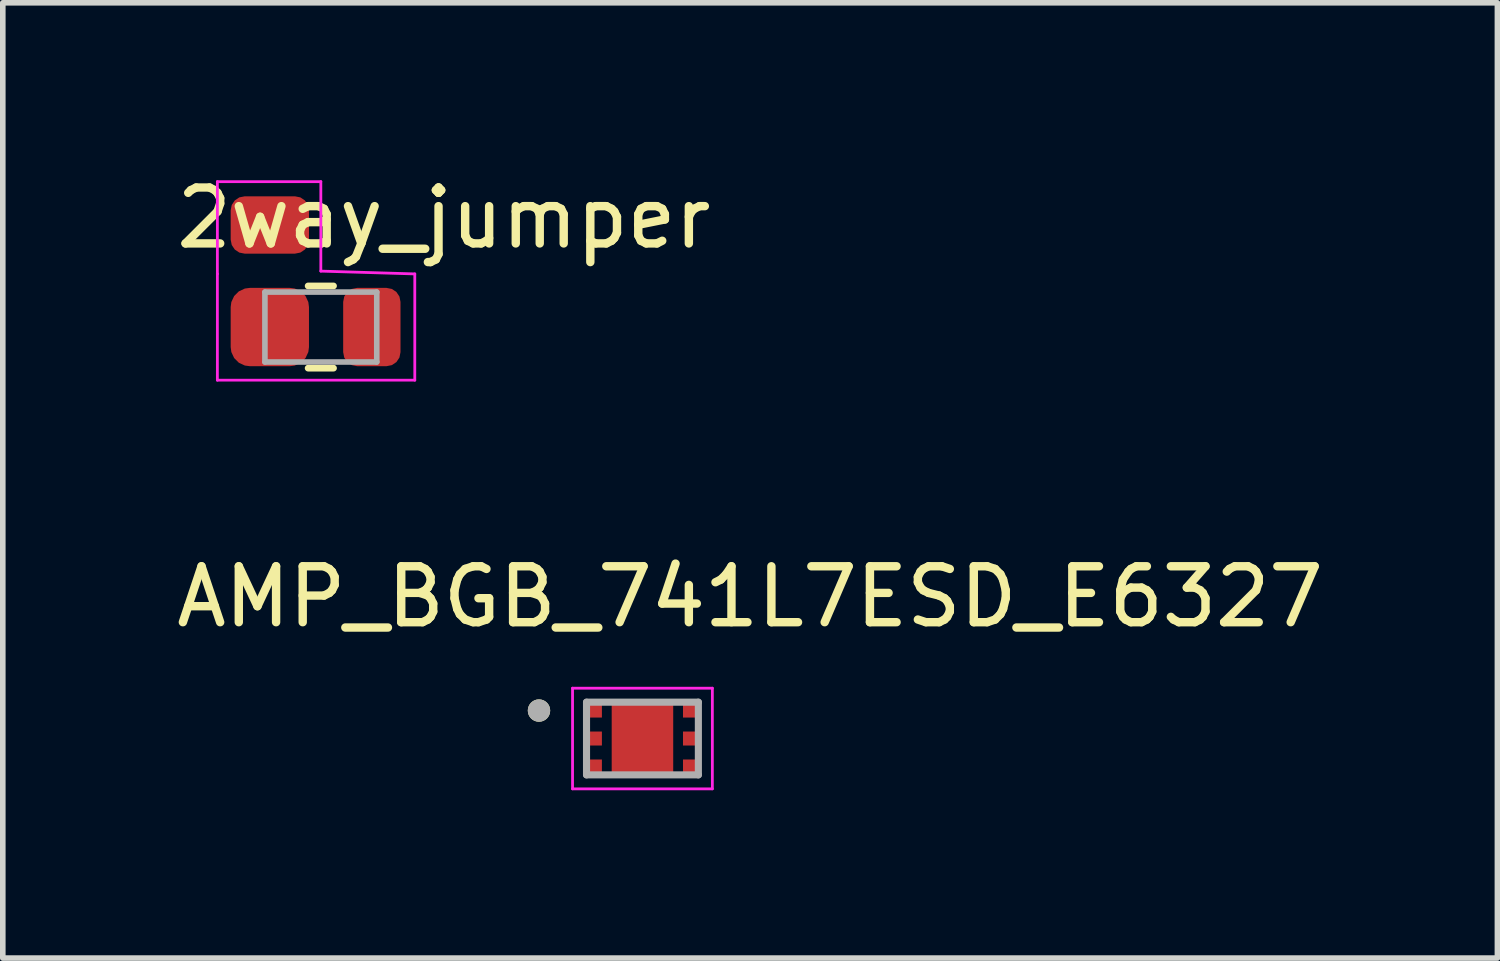
<source format=kicad_pcb>
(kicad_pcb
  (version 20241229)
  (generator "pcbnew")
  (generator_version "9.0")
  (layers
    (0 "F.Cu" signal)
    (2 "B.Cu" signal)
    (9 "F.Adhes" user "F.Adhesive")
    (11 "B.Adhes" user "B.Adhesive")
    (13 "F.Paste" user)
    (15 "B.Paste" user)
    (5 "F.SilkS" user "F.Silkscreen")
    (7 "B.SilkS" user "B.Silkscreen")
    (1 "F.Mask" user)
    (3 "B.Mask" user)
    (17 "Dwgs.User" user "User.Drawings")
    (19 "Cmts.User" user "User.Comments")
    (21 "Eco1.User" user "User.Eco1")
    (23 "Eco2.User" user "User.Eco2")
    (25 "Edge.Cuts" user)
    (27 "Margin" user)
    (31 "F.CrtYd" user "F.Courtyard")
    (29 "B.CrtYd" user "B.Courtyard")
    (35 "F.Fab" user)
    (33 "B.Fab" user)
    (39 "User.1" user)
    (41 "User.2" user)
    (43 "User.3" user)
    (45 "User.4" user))
  (footprint "2way_jumper"
    (layer "F.Cu")
    (at 2.687 2.798)
    (property "Reference" "2way_jumper" (at 2.2 -1.95 0) (layer "F.SilkS") (effects (font (size 1 1) (thickness 0.15))))
    (attr smd)
    (fp_line (start -0.227 -0.735) (end 0.227 -0.735) (stroke (width 0.12) (type solid)) (layer "F.SilkS"))
    (fp_line (start -0.227 0.735) (end 0.227 0.735) (stroke (width 0.12) (type solid)) (layer "F.SilkS"))
    (fp_line (start -1.85 -2.6) (end 0 -2.6) (stroke (width 0.05) (type default)) (layer "F.CrtYd"))
    (fp_line (start -1.85 -0.95) (end -1.85 -2.6) (stroke (width 0.05) (type default)) (layer "F.CrtYd"))
    (fp_line (start -1.85 0.95) (end -1.85 -0.95) (stroke (width 0.05) (type solid)) (layer "F.CrtYd"))
    (fp_line (start 0 -1) (end 0 -2.6) (stroke (width 0.05) (type default)) (layer "F.CrtYd"))
    (fp_line (start 1.68 -0.95) (end 0 -1) (stroke (width 0.05) (type default)) (layer "F.CrtYd"))
    (fp_line (start 1.68 -0.95) (end 1.68 0.95) (stroke (width 0.05) (type solid)) (layer "F.CrtYd"))
    (fp_line (start 1.68 0.95) (end -1.85 0.95) (stroke (width 0.05) (type solid)) (layer "F.CrtYd"))
    (fp_line (start -1 -0.625) (end 1 -0.625) (stroke (width 0.1) (type solid)) (layer "F.Fab"))
    (fp_line (start -1 0.625) (end -1 -0.625) (stroke (width 0.1) (type solid)) (layer "F.Fab"))
    (fp_line (start 1 -0.625) (end 1 0.625) (stroke (width 0.1) (type solid)) (layer "F.Fab"))
    (fp_line (start 1 0.625) (end -1 0.625) (stroke (width 0.1) (type solid)) (layer "F.Fab"))
    (pad "1" smd roundrect (at -0.912 0) (size 1.4 1.4) (layers "F.Cu" "F.Mask" "F.Paste") (roundrect_rratio 0.244))
    (pad "2" smd roundrect (at 0.912 0) (size 1.025 1.4) (layers "F.Cu" "F.Mask" "F.Paste") (roundrect_rratio 0.244))
    (pad "3" smd roundrect (at -0.912 -1.825 90) (size 1.025 1.4) (layers "F.Cu" "F.Mask" "F.Paste") (roundrect_rratio 0.244)))
  (footprint "AMP_BGB_741L7ESD_E6327"
    (layer "F.Cu")
    (at 8.438 10.156)
    (property "Reference" "AMP_BGB_741L7ESD_E6327" (at 1.925 -2.535 0) (layer "F.SilkS") (effects (font (size 1 1) (thickness 0.15))))
    (attr smd)
    (fp_poly (pts (xy -1 -0.65) (xy 1 -0.65) (xy 1 0.65) (xy -1 0.65)) (stroke (width 0.01) (type solid)) (fill yes) (layer "F.Mask"))
    (fp_circle (center -1.85 -0.5) (end -1.75 -0.5) (stroke (width 0.2) (type solid)) (fill no) (layer "F.SilkS"))
    (fp_circle (center -0.85 -0.5) (end -0.787 -0.5) (stroke (width 0.125) (type solid)) (fill no) (layer "F.Paste"))
    (fp_circle (center -0.85 0) (end -0.787 0) (stroke (width 0.125) (type solid)) (fill no) (layer "F.Paste"))
    (fp_circle (center -0.85 0.5) (end -0.787 0.5) (stroke (width 0.125) (type solid)) (fill no) (layer "F.Paste"))
    (fp_circle (center -0.425 -0.475) (end -0.362 -0.475) (stroke (width 0.125) (type solid)) (fill no) (layer "F.Paste"))
    (fp_circle (center -0.425 0.475) (end -0.362 0.475) (stroke (width 0.125) (type solid)) (fill no) (layer "F.Paste"))
    (fp_circle (center 0.425 -0.475) (end 0.487 -0.475) (stroke (width 0.125) (type solid)) (fill no) (layer "F.Paste"))
    (fp_circle (center 0.425 0.475) (end 0.487 0.475) (stroke (width 0.125) (type solid)) (fill no) (layer "F.Paste"))
    (fp_circle (center 0.85 -0.5) (end 0.912 -0.5) (stroke (width 0.125) (type solid)) (fill no) (layer "F.Paste"))
    (fp_circle (center 0.85 0) (end 0.912 0) (stroke (width 0.125) (type solid)) (fill no) (layer "F.Paste"))
    (fp_circle (center 0.85 0.5) (end 0.912 0.5) (stroke (width 0.125) (type solid)) (fill no) (layer "F.Paste"))
    (fp_poly (pts (xy -0.3 -0.125) (xy -0.3 0.125) (xy -0.3 0.132) (xy -0.301 0.138) (xy -0.302 0.145) (xy -0.303 0.151) (xy -0.304 0.157) (xy -0.306 0.164) (xy -0.308 0.17) (xy -0.311 0.176) (xy -0.314 0.182) (xy -0.317 0.188) (xy -0.32 0.193) (xy -0.324 0.198) (xy -0.328 0.204) (xy -0.332 0.209) (xy -0.337 0.213) (xy -0.341 0.218) (xy -0.346 0.222) (xy -0.352 0.226) (xy -0.357 0.23) (xy -0.362 0.233) (xy -0.368 0.236) (xy -0.374 0.239) (xy -0.38 0.242) (xy -0.386 0.244) (xy -0.393 0.246) (xy -0.399 0.247) (xy -0.405 0.248) (xy -0.412 0.249) (xy -0.418 0.25) (xy -0.425 0.25) (xy -0.432 0.25) (xy -0.438 0.249) (xy -0.445 0.248) (xy -0.451 0.247) (xy -0.457 0.246) (xy -0.464 0.244) (xy -0.47 0.242) (xy -0.476 0.239) (xy -0.482 0.236) (xy -0.488 0.233) (xy -0.493 0.23) (xy -0.498 0.226) (xy -0.504 0.222) (xy -0.509 0.218) (xy -0.513 0.213) (xy -0.518 0.209) (xy -0.522 0.204) (xy -0.526 0.198) (xy -0.53 0.193) (xy -0.533 0.187) (xy -0.536 0.182) (xy -0.539 0.176) (xy -0.542 0.17) (xy -0.544 0.164) (xy -0.546 0.157) (xy -0.547 0.151) (xy -0.548 0.145) (xy -0.549 0.138) (xy -0.55 0.132) (xy -0.55 0.125) (xy -0.55 -0.125) (xy -0.55 -0.132) (xy -0.549 -0.138) (xy -0.548 -0.145) (xy -0.547 -0.151) (xy -0.546 -0.157) (xy -0.544 -0.164) (xy -0.542 -0.17) (xy -0.539 -0.176) (xy -0.536 -0.182) (xy -0.533 -0.187) (xy -0.53 -0.193) (xy -0.526 -0.198) (xy -0.522 -0.204) (xy -0.518 -0.209) (xy -0.513 -0.213) (xy -0.509 -0.218) (xy -0.504 -0.222) (xy -0.498 -0.226) (xy -0.493 -0.23) (xy -0.488 -0.233) (xy -0.482 -0.236) (xy -0.476 -0.239) (xy -0.47 -0.242) (xy -0.464 -0.244) (xy -0.457 -0.246) (xy -0.451 -0.247) (xy -0.445 -0.248) (xy -0.438 -0.249) (xy -0.432 -0.25) (xy -0.425 -0.25) (xy -0.418 -0.25) (xy -0.412 -0.249) (xy -0.405 -0.248) (xy -0.399 -0.247) (xy -0.393 -0.246) (xy -0.386 -0.244) (xy -0.38 -0.242) (xy -0.374 -0.239) (xy -0.368 -0.236) (xy -0.362 -0.233) (xy -0.357 -0.23) (xy -0.352 -0.226) (xy -0.346 -0.222) (xy -0.341 -0.218) (xy -0.337 -0.213) (xy -0.332 -0.209) (xy -0.328 -0.204) (xy -0.324 -0.198) (xy -0.32 -0.193) (xy -0.317 -0.188) (xy -0.314 -0.182) (xy -0.311 -0.176) (xy -0.308 -0.17) (xy -0.306 -0.164) (xy -0.304 -0.157) (xy -0.303 -0.151) (xy -0.302 -0.145) (xy -0.301 -0.138) (xy -0.3 -0.132) (xy -0.3 -0.125)) (stroke (width 0.01) (type solid)) (fill yes) (layer "F.Paste"))
    (fp_poly (pts (xy -0.2 -0.475) (xy -0.2 -0.482) (xy -0.199 -0.488) (xy -0.198 -0.495) (xy -0.197 -0.501) (xy -0.196 -0.507) (xy -0.194 -0.514) (xy -0.192 -0.52) (xy -0.189 -0.526) (xy -0.186 -0.532) (xy -0.183 -0.537) (xy -0.18 -0.543) (xy -0.176 -0.548) (xy -0.172 -0.554) (xy -0.168 -0.559) (xy -0.163 -0.563) (xy -0.159 -0.568) (xy -0.154 -0.572) (xy -0.148 -0.576) (xy -0.143 -0.58) (xy -0.137 -0.583) (xy -0.132 -0.586) (xy -0.126 -0.589) (xy -0.12 -0.592) (xy -0.114 -0.594) (xy -0.107 -0.596) (xy -0.101 -0.597) (xy -0.095 -0.598) (xy -0.088 -0.599) (xy -0.082 -0.6) (xy -0.075 -0.6) (xy 0.075 -0.6) (xy 0.082 -0.6) (xy 0.088 -0.599) (xy 0.095 -0.598) (xy 0.101 -0.597) (xy 0.107 -0.596) (xy 0.114 -0.594) (xy 0.12 -0.592) (xy 0.126 -0.589) (xy 0.132 -0.586) (xy 0.138 -0.583) (xy 0.143 -0.58) (xy 0.148 -0.576) (xy 0.154 -0.572) (xy 0.159 -0.568) (xy 0.163 -0.563) (xy 0.168 -0.559) (xy 0.172 -0.554) (xy 0.176 -0.548) (xy 0.18 -0.543) (xy 0.183 -0.537) (xy 0.186 -0.532) (xy 0.189 -0.526) (xy 0.192 -0.52) (xy 0.194 -0.514) (xy 0.196 -0.507) (xy 0.197 -0.501) (xy 0.198 -0.495) (xy 0.199 -0.488) (xy 0.2 -0.482) (xy 0.2 -0.475) (xy 0.2 -0.468) (xy 0.199 -0.462) (xy 0.198 -0.455) (xy 0.197 -0.449) (xy 0.196 -0.443) (xy 0.194 -0.436) (xy 0.192 -0.43) (xy 0.189 -0.424) (xy 0.186 -0.418) (xy 0.183 -0.412) (xy 0.18 -0.407) (xy 0.176 -0.402) (xy 0.172 -0.396) (xy 0.168 -0.391) (xy 0.163 -0.387) (xy 0.159 -0.382) (xy 0.154 -0.378) (xy 0.148 -0.374) (xy 0.143 -0.37) (xy 0.138 -0.367) (xy 0.132 -0.364) (xy 0.126 -0.361) (xy 0.12 -0.358) (xy 0.114 -0.356) (xy 0.107 -0.354) (xy 0.101 -0.353) (xy 0.095 -0.352) (xy 0.088 -0.351) (xy 0.082 -0.35) (xy 0.075 -0.35) (xy -0.075 -0.35) (xy -0.082 -0.35) (xy -0.088 -0.351) (xy -0.095 -0.352) (xy -0.101 -0.353) (xy -0.107 -0.354) (xy -0.114 -0.356) (xy -0.12 -0.358) (xy -0.126 -0.361) (xy -0.132 -0.364) (xy -0.138 -0.367) (xy -0.143 -0.37) (xy -0.148 -0.374) (xy -0.154 -0.378) (xy -0.159 -0.382) (xy -0.163 -0.387) (xy -0.168 -0.391) (xy -0.172 -0.396) (xy -0.176 -0.402) (xy -0.18 -0.407) (xy -0.183 -0.412) (xy -0.186 -0.418) (xy -0.189 -0.424) (xy -0.192 -0.43) (xy -0.194 -0.436) (xy -0.196 -0.443) (xy -0.197 -0.449) (xy -0.198 -0.455) (xy -0.199 -0.462) (xy -0.2 -0.468) (xy -0.2 -0.475)) (stroke (width 0.01) (type solid)) (fill yes) (layer "F.Paste"))
    (fp_poly (pts (xy -0.2 0.475) (xy -0.2 0.468) (xy -0.199 0.462) (xy -0.198 0.455) (xy -0.197 0.449) (xy -0.196 0.443) (xy -0.194 0.436) (xy -0.192 0.43) (xy -0.189 0.424) (xy -0.186 0.418) (xy -0.183 0.412) (xy -0.18 0.407) (xy -0.176 0.402) (xy -0.172 0.396) (xy -0.168 0.391) (xy -0.163 0.387) (xy -0.159 0.382) (xy -0.154 0.378) (xy -0.148 0.374) (xy -0.143 0.37) (xy -0.137 0.367) (xy -0.132 0.364) (xy -0.126 0.361) (xy -0.12 0.358) (xy -0.114 0.356) (xy -0.107 0.354) (xy -0.101 0.353) (xy -0.095 0.352) (xy -0.088 0.351) (xy -0.082 0.35) (xy -0.075 0.35) (xy 0.075 0.35) (xy 0.082 0.35) (xy 0.088 0.351) (xy 0.095 0.352) (xy 0.101 0.353) (xy 0.107 0.354) (xy 0.114 0.356) (xy 0.12 0.358) (xy 0.126 0.361) (xy 0.132 0.364) (xy 0.138 0.367) (xy 0.143 0.37) (xy 0.148 0.374) (xy 0.154 0.378) (xy 0.159 0.382) (xy 0.163 0.387) (xy 0.168 0.391) (xy 0.172 0.396) (xy 0.176 0.402) (xy 0.18 0.407) (xy 0.183 0.412) (xy 0.186 0.418) (xy 0.189 0.424) (xy 0.192 0.43) (xy 0.194 0.436) (xy 0.196 0.443) (xy 0.197 0.449) (xy 0.198 0.455) (xy 0.199 0.462) (xy 0.2 0.468) (xy 0.2 0.475) (xy 0.2 0.482) (xy 0.199 0.488) (xy 0.198 0.495) (xy 0.197 0.501) (xy 0.196 0.507) (xy 0.194 0.514) (xy 0.192 0.52) (xy 0.189 0.526) (xy 0.186 0.532) (xy 0.183 0.537) (xy 0.18 0.543) (xy 0.176 0.548) (xy 0.172 0.554) (xy 0.168 0.559) (xy 0.163 0.563) (xy 0.159 0.568) (xy 0.154 0.572) (xy 0.148 0.576) (xy 0.143 0.58) (xy 0.138 0.583) (xy 0.132 0.586) (xy 0.126 0.589) (xy 0.12 0.592) (xy 0.114 0.594) (xy 0.107 0.596) (xy 0.101 0.597) (xy 0.095 0.598) (xy 0.088 0.599) (xy 0.082 0.6) (xy 0.075 0.6) (xy -0.075 0.6) (xy -0.082 0.6) (xy -0.088 0.599) (xy -0.095 0.598) (xy -0.101 0.597) (xy -0.107 0.596) (xy -0.114 0.594) (xy -0.12 0.592) (xy -0.126 0.589) (xy -0.132 0.586) (xy -0.138 0.583) (xy -0.143 0.58) (xy -0.148 0.576) (xy -0.154 0.572) (xy -0.159 0.568) (xy -0.163 0.563) (xy -0.168 0.559) (xy -0.172 0.554) (xy -0.176 0.548) (xy -0.18 0.543) (xy -0.183 0.537) (xy -0.186 0.532) (xy -0.189 0.526) (xy -0.192 0.52) (xy -0.194 0.514) (xy -0.196 0.507) (xy -0.197 0.501) (xy -0.198 0.495) (xy -0.199 0.488) (xy -0.2 0.482) (xy -0.2 0.475)) (stroke (width 0.01) (type solid)) (fill yes) (layer "F.Paste"))
    (fp_poly (pts (xy 0.55 -0.125) (xy 0.55 0.125) (xy 0.55 0.132) (xy 0.549 0.138) (xy 0.548 0.145) (xy 0.547 0.151) (xy 0.546 0.157) (xy 0.544 0.164) (xy 0.542 0.17) (xy 0.539 0.176) (xy 0.536 0.182) (xy 0.533 0.187) (xy 0.53 0.193) (xy 0.526 0.198) (xy 0.522 0.204) (xy 0.518 0.209) (xy 0.513 0.213) (xy 0.509 0.218) (xy 0.504 0.222) (xy 0.498 0.226) (xy 0.493 0.23) (xy 0.488 0.233) (xy 0.482 0.236) (xy 0.476 0.239) (xy 0.47 0.242) (xy 0.464 0.244) (xy 0.457 0.246) (xy 0.451 0.247) (xy 0.445 0.248) (xy 0.438 0.249) (xy 0.432 0.25) (xy 0.425 0.25) (xy 0.418 0.25) (xy 0.412 0.249) (xy 0.405 0.248) (xy 0.399 0.247) (xy 0.393 0.246) (xy 0.386 0.244) (xy 0.38 0.242) (xy 0.374 0.239) (xy 0.368 0.236) (xy 0.362 0.233) (xy 0.357 0.23) (xy 0.352 0.226) (xy 0.346 0.222) (xy 0.341 0.218) (xy 0.337 0.213) (xy 0.332 0.209) (xy 0.328 0.204) (xy 0.324 0.198) (xy 0.32 0.193) (xy 0.317 0.188) (xy 0.314 0.182) (xy 0.311 0.176) (xy 0.308 0.17) (xy 0.306 0.164) (xy 0.304 0.157) (xy 0.303 0.151) (xy 0.302 0.145) (xy 0.301 0.138) (xy 0.3 0.132) (xy 0.3 0.125) (xy 0.3 -0.125) (xy 0.3 -0.132) (xy 0.301 -0.138) (xy 0.302 -0.145) (xy 0.303 -0.151) (xy 0.304 -0.157) (xy 0.306 -0.164) (xy 0.308 -0.17) (xy 0.311 -0.176) (xy 0.314 -0.182) (xy 0.317 -0.188) (xy 0.32 -0.193) (xy 0.324 -0.198) (xy 0.328 -0.204) (xy 0.332 -0.209) (xy 0.337 -0.213) (xy 0.341 -0.218) (xy 0.346 -0.222) (xy 0.352 -0.226) (xy 0.357 -0.23) (xy 0.362 -0.233) (xy 0.368 -0.236) (xy 0.374 -0.239) (xy 0.38 -0.242) (xy 0.386 -0.244) (xy 0.393 -0.246) (xy 0.399 -0.247) (xy 0.405 -0.248) (xy 0.412 -0.249) (xy 0.418 -0.25) (xy 0.425 -0.25) (xy 0.432 -0.25) (xy 0.438 -0.249) (xy 0.445 -0.248) (xy 0.451 -0.247) (xy 0.457 -0.246) (xy 0.464 -0.244) (xy 0.47 -0.242) (xy 0.476 -0.239) (xy 0.482 -0.236) (xy 0.488 -0.233) (xy 0.493 -0.23) (xy 0.498 -0.226) (xy 0.504 -0.222) (xy 0.509 -0.218) (xy 0.513 -0.213) (xy 0.518 -0.209) (xy 0.522 -0.204) (xy 0.526 -0.198) (xy 0.53 -0.193) (xy 0.533 -0.187) (xy 0.536 -0.182) (xy 0.539 -0.176) (xy 0.542 -0.17) (xy 0.544 -0.164) (xy 0.546 -0.157) (xy 0.547 -0.151) (xy 0.548 -0.145) (xy 0.549 -0.138) (xy 0.55 -0.132) (xy 0.55 -0.125)) (stroke (width 0.01) (type solid)) (fill yes) (layer "F.Paste"))
    (fp_poly (pts (xy 0.2 -0.125) (xy 0.2 0.125) (xy 0.2 0.132) (xy 0.199 0.138) (xy 0.198 0.145) (xy 0.197 0.151) (xy 0.196 0.157) (xy 0.194 0.164) (xy 0.192 0.17) (xy 0.189 0.176) (xy 0.186 0.182) (xy 0.183 0.188) (xy 0.18 0.193) (xy 0.176 0.198) (xy 0.172 0.204) (xy 0.168 0.209) (xy 0.163 0.213) (xy 0.159 0.218) (xy 0.154 0.222) (xy 0.148 0.226) (xy 0.143 0.23) (xy 0.138 0.233) (xy 0.132 0.236) (xy 0.126 0.239) (xy 0.12 0.242) (xy 0.114 0.244) (xy 0.107 0.246) (xy 0.101 0.247) (xy 0.095 0.248) (xy 0.088 0.249) (xy 0.082 0.25) (xy 0.075 0.25) (xy -0.075 0.25) (xy -0.082 0.25) (xy -0.088 0.249) (xy -0.095 0.248) (xy -0.101 0.247) (xy -0.107 0.246) (xy -0.114 0.244) (xy -0.12 0.242) (xy -0.126 0.239) (xy -0.132 0.236) (xy -0.137 0.233) (xy -0.143 0.23) (xy -0.148 0.226) (xy -0.154 0.222) (xy -0.159 0.218) (xy -0.163 0.213) (xy -0.168 0.209) (xy -0.172 0.204) (xy -0.176 0.198) (xy -0.18 0.193) (xy -0.183 0.188) (xy -0.186 0.182) (xy -0.189 0.176) (xy -0.192 0.17) (xy -0.194 0.164) (xy -0.196 0.157) (xy -0.197 0.151) (xy -0.198 0.145) (xy -0.199 0.138) (xy -0.2 0.132) (xy -0.2 0.125) (xy -0.2 -0.125) (xy -0.2 -0.132) (xy -0.199 -0.138) (xy -0.198 -0.145) (xy -0.197 -0.151) (xy -0.196 -0.157) (xy -0.194 -0.164) (xy -0.192 -0.17) (xy -0.189 -0.176) (xy -0.186 -0.182) (xy -0.183 -0.188) (xy -0.18 -0.193) (xy -0.176 -0.198) (xy -0.172 -0.204) (xy -0.168 -0.209) (xy -0.163 -0.213) (xy -0.159 -0.218) (xy -0.154 -0.222) (xy -0.148 -0.226) (xy -0.143 -0.23) (xy -0.137 -0.233) (xy -0.132 -0.236) (xy -0.126 -0.239) (xy -0.12 -0.242) (xy -0.114 -0.244) (xy -0.107 -0.246) (xy -0.101 -0.247) (xy -0.095 -0.248) (xy -0.088 -0.249) (xy -0.082 -0.25) (xy -0.075 -0.25) (xy 0.075 -0.25) (xy 0.082 -0.25) (xy 0.088 -0.249) (xy 0.095 -0.248) (xy 0.101 -0.247) (xy 0.107 -0.246) (xy 0.114 -0.244) (xy 0.12 -0.242) (xy 0.126 -0.239) (xy 0.132 -0.236) (xy 0.138 -0.233) (xy 0.143 -0.23) (xy 0.148 -0.226) (xy 0.154 -0.222) (xy 0.159 -0.218) (xy 0.163 -0.213) (xy 0.168 -0.209) (xy 0.172 -0.204) (xy 0.176 -0.198) (xy 0.18 -0.193) (xy 0.183 -0.188) (xy 0.186 -0.182) (xy 0.189 -0.176) (xy 0.192 -0.17) (xy 0.194 -0.164) (xy 0.196 -0.157) (xy 0.197 -0.151) (xy 0.198 -0.145) (xy 0.199 -0.138) (xy 0.2 -0.132) (xy 0.2 -0.125)) (stroke (width 0.01) (type solid)) (fill yes) (layer "F.Paste"))
    (fp_line (start -1.25 -0.9) (end -1.25 0.9) (stroke (width 0.05) (type solid)) (layer "F.CrtYd"))
    (fp_line (start -1.25 0.9) (end 1.25 0.9) (stroke (width 0.05) (type solid)) (layer "F.CrtYd"))
    (fp_line (start 1.25 -0.9) (end -1.25 -0.9) (stroke (width 0.05) (type solid)) (layer "F.CrtYd"))
    (fp_line (start 1.25 0.9) (end 1.25 -0.9) (stroke (width 0.05) (type solid)) (layer "F.CrtYd"))
    (fp_line (start -1 -0.65) (end 1 -0.65) (stroke (width 0.127) (type solid)) (layer "F.Fab"))
    (fp_line (start -1 0.65) (end -1 -0.65) (stroke (width 0.127) (type solid)) (layer "F.Fab"))
    (fp_line (start 1 -0.65) (end 1 0.65) (stroke (width 0.127) (type solid)) (layer "F.Fab"))
    (fp_line (start 1 0.65) (end -1 0.65) (stroke (width 0.127) (type solid)) (layer "F.Fab"))
    (fp_circle (center -1.85 -0.5) (end -1.75 -0.5) (stroke (width 0.2) (type solid)) (fill no) (layer "F.Fab"))
    (pad "1" smd rect (at -0.85 -0.5) (size 0.25 0.25) (layers "F.Cu"))
    (pad "2" smd rect (at -0.85 0) (size 0.25 0.25) (layers "F.Cu"))
    (pad "3" smd rect (at -0.85 0.5) (size 0.25 0.25) (layers "F.Cu"))
    (pad "4" smd rect (at 0.85 0.5) (size 0.25 0.25) (layers "F.Cu"))
    (pad "5" smd rect (at 0.85 0) (size 0.25 0.25) (layers "F.Cu"))
    (pad "6" smd rect (at 0.85 -0.5) (size 0.25 0.25) (layers "F.Cu"))
    (pad "7" smd rect (at 0 0) (size 1.1 1.2) (layers "F.Cu")))
  (gr_rect
    (start -3 -3)
    (end 23.726 14.082)
    (stroke (width 0.1) (type default))
    (fill no)
    (layer "Edge.Cuts")))
</source>
